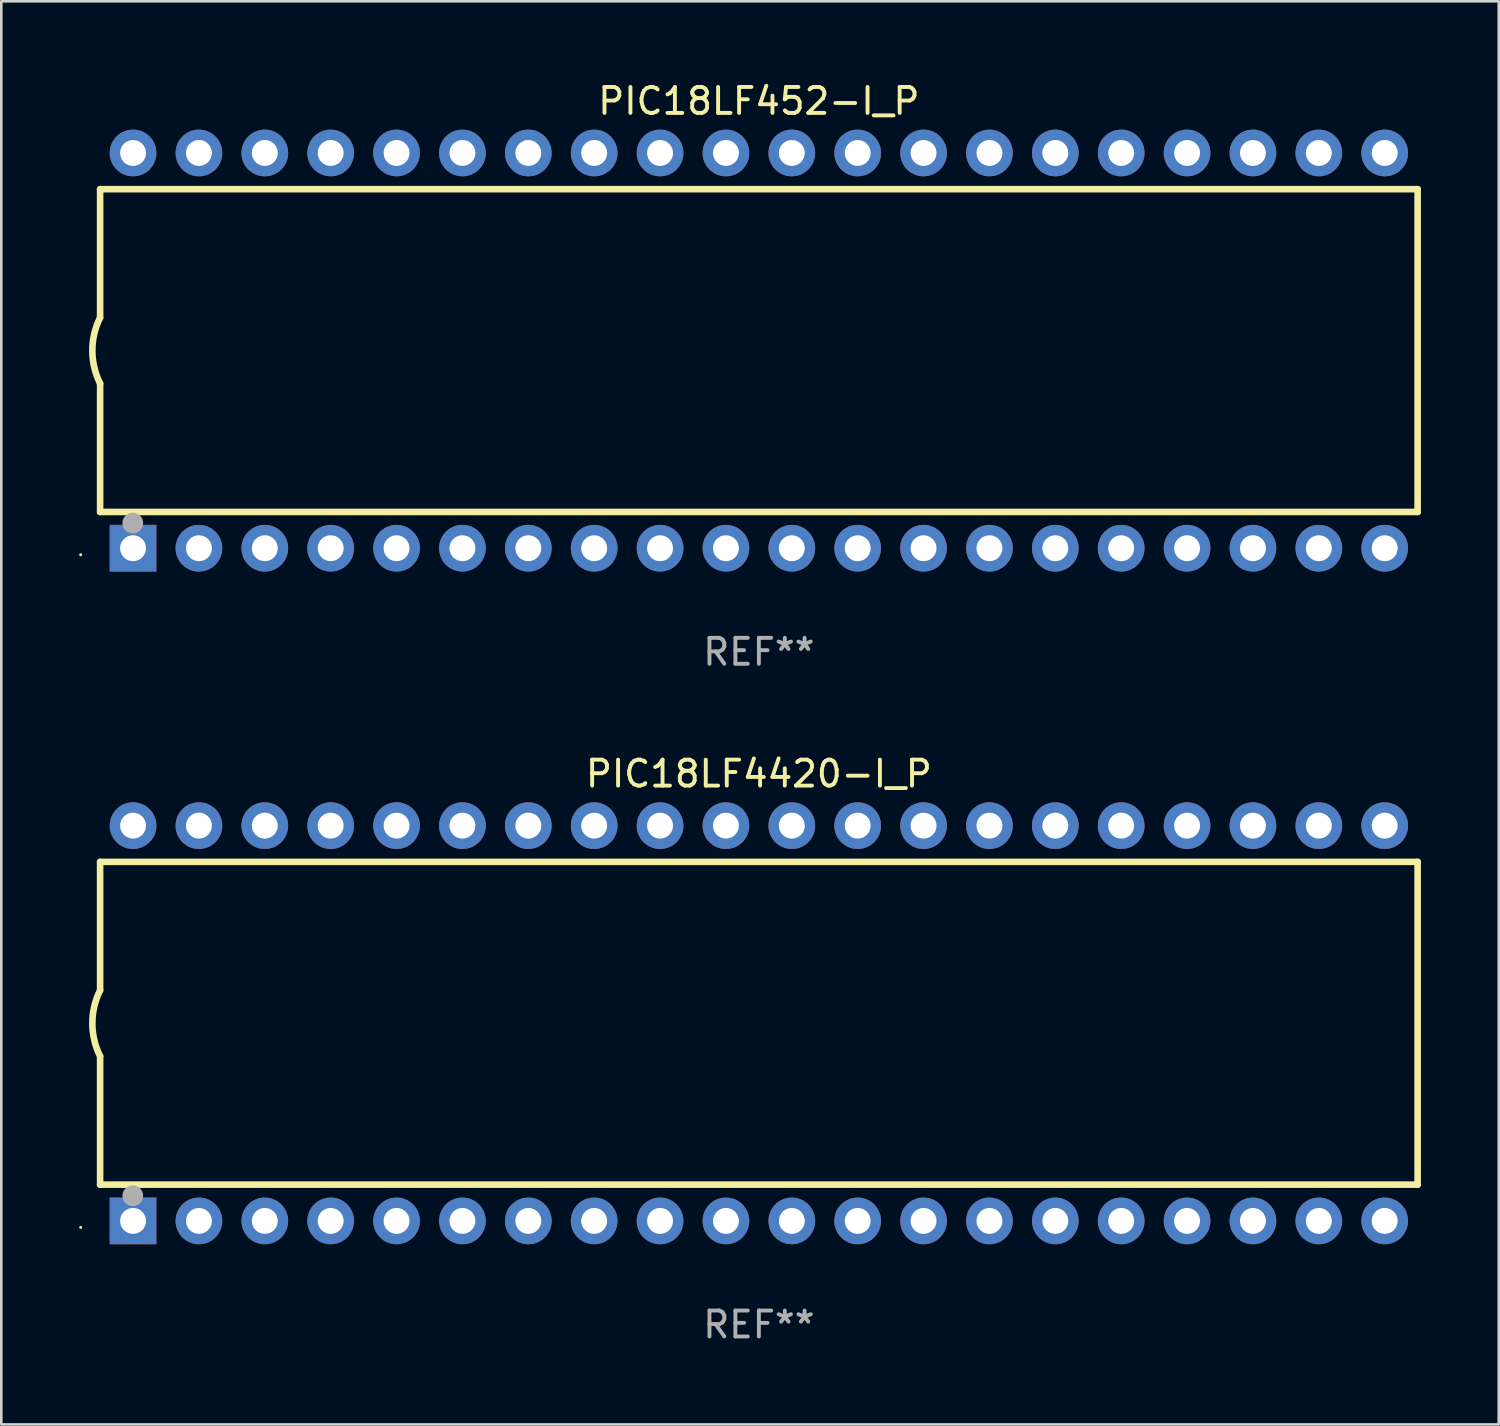
<source format=kicad_pcb>
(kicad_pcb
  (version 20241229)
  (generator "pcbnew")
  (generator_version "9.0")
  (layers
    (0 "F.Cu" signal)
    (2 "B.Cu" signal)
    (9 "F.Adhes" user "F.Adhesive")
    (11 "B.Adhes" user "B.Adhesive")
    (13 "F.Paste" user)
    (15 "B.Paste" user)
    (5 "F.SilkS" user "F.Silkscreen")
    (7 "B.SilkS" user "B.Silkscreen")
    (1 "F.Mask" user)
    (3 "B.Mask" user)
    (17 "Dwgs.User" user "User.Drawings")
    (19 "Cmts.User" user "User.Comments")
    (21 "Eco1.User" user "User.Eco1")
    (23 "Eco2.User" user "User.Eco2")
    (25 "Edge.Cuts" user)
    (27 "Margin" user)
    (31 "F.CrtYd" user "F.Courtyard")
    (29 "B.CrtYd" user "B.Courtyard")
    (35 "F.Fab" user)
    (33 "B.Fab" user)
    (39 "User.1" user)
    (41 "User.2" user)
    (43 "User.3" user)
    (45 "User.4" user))
  (footprint "PIC18LF452-I_P"
    (layer "F.Cu")
    (at 26.21 10.468)
    (property "Reference" "PIC18LF452-I_P" (at 0 -9.62 0) (layer "F.SilkS") (effects (font (size 1 1) (thickness 0.15))))
    (attr through_hole)
    (fp_line (start -25.4 -6.224) (end -25.4 -1.271) (stroke (width 0.254) (type solid)) (layer "F.SilkS"))
    (fp_line (start -25.4 -6.224) (end 25.4 -6.224) (stroke (width 0.254) (type solid)) (layer "F.SilkS"))
    (fp_line (start -25.4 1.269) (end -25.4 6.222) (stroke (width 0.254) (type solid)) (layer "F.SilkS"))
    (fp_line (start -25.4 6.222) (end 25.4 6.222) (stroke (width 0.254) (type solid)) (layer "F.SilkS"))
    (fp_line (start 25.4 6.222) (end 25.4 -6.224) (stroke (width 0.254) (type solid)) (layer "F.SilkS"))
    (fp_arc (start -25.4 1.269241) (mid -25.699807 -0.000762) (end -25.4 -1.270765) (stroke (width 0.254001) (type solid)) (layer "F.SilkS"))
    (fp_circle (center -26.15 7.87) (end -26.12 7.87) (stroke (width 0.06) (type solid)) (fill no) (layer "F.SilkS"))
    (fp_circle (center -24.14 6.65) (end -23.94 6.65) (stroke (width 0.4) (type solid)) (fill no) (layer "F.Fab"))
    (fp_text user "REF**" (at 0 11.62 0) (layer "F.Fab") (effects (font (size 1 1) (thickness 0.15))))
    (pad "1" thru_hole rect (at -24.13 7.62 90) (size 1.8 1.8) (drill 1) (layers "*.Cu" "*.Mask"))
    (pad "2" thru_hole circle (at -21.59 7.62) (size 1.8 1.8) (drill 1) (layers "*.Cu" "*.Mask"))
    (pad "3" thru_hole circle (at -19.05 7.62) (size 1.8 1.8) (drill 1) (layers "*.Cu" "*.Mask"))
    (pad "4" thru_hole circle (at -16.51 7.62) (size 1.8 1.8) (drill 1) (layers "*.Cu" "*.Mask"))
    (pad "5" thru_hole circle (at -13.97 7.62) (size 1.8 1.8) (drill 1) (layers "*.Cu" "*.Mask"))
    (pad "6" thru_hole circle (at -11.43 7.62) (size 1.8 1.8) (drill 1) (layers "*.Cu" "*.Mask"))
    (pad "7" thru_hole circle (at -8.89 7.62) (size 1.8 1.8) (drill 1) (layers "*.Cu" "*.Mask"))
    (pad "8" thru_hole circle (at -6.35 7.62) (size 1.8 1.8) (drill 1) (layers "*.Cu" "*.Mask"))
    (pad "9" thru_hole circle (at -3.81 7.62) (size 1.8 1.8) (drill 1) (layers "*.Cu" "*.Mask"))
    (pad "10" thru_hole circle (at -1.27 7.62) (size 1.8 1.8) (drill 1) (layers "*.Cu" "*.Mask"))
    (pad "11" thru_hole circle (at 1.27 7.62) (size 1.8 1.8) (drill 1) (layers "*.Cu" "*.Mask"))
    (pad "12" thru_hole circle (at 3.81 7.62) (size 1.8 1.8) (drill 1) (layers "*.Cu" "*.Mask"))
    (pad "13" thru_hole circle (at 6.35 7.62) (size 1.8 1.8) (drill 1) (layers "*.Cu" "*.Mask"))
    (pad "14" thru_hole circle (at 8.89 7.62) (size 1.8 1.8) (drill 1) (layers "*.Cu" "*.Mask"))
    (pad "15" thru_hole circle (at 11.43 7.62) (size 1.8 1.8) (drill 1) (layers "*.Cu" "*.Mask"))
    (pad "16" thru_hole circle (at 13.97 7.62) (size 1.8 1.8) (drill 1) (layers "*.Cu" "*.Mask"))
    (pad "17" thru_hole circle (at 16.51 7.62) (size 1.8 1.8) (drill 1) (layers "*.Cu" "*.Mask"))
    (pad "18" thru_hole circle (at 19.05 7.62) (size 1.8 1.8) (drill 1) (layers "*.Cu" "*.Mask"))
    (pad "19" thru_hole circle (at 21.59 7.62) (size 1.8 1.8) (drill 1) (layers "*.Cu" "*.Mask"))
    (pad "20" thru_hole circle (at 24.13 7.62) (size 1.8 1.8) (drill 1) (layers "*.Cu" "*.Mask"))
    (pad "21" thru_hole circle (at 24.13 -7.62) (size 1.8 1.8) (drill 1) (layers "*.Cu" "*.Mask"))
    (pad "22" thru_hole circle (at 21.59 -7.62) (size 1.8 1.8) (drill 1) (layers "*.Cu" "*.Mask"))
    (pad "23" thru_hole circle (at 19.05 -7.62) (size 1.8 1.8) (drill 1) (layers "*.Cu" "*.Mask"))
    (pad "24" thru_hole circle (at 16.51 -7.62) (size 1.8 1.8) (drill 1) (layers "*.Cu" "*.Mask"))
    (pad "25" thru_hole circle (at 13.97 -7.62) (size 1.8 1.8) (drill 1) (layers "*.Cu" "*.Mask"))
    (pad "26" thru_hole circle (at 11.43 -7.62) (size 1.8 1.8) (drill 1) (layers "*.Cu" "*.Mask"))
    (pad "27" thru_hole circle (at 8.89 -7.62) (size 1.8 1.8) (drill 1) (layers "*.Cu" "*.Mask"))
    (pad "28" thru_hole circle (at 6.35 -7.62) (size 1.8 1.8) (drill 1) (layers "*.Cu" "*.Mask"))
    (pad "29" thru_hole circle (at 3.81 -7.62) (size 1.8 1.8) (drill 1) (layers "*.Cu" "*.Mask"))
    (pad "30" thru_hole circle (at 1.27 -7.62) (size 1.8 1.8) (drill 1) (layers "*.Cu" "*.Mask"))
    (pad "31" thru_hole circle (at -1.27 -7.62) (size 1.8 1.8) (drill 1) (layers "*.Cu" "*.Mask"))
    (pad "32" thru_hole circle (at -3.81 -7.62) (size 1.8 1.8) (drill 1) (layers "*.Cu" "*.Mask"))
    (pad "33" thru_hole circle (at -6.35 -7.62) (size 1.8 1.8) (drill 1) (layers "*.Cu" "*.Mask"))
    (pad "34" thru_hole circle (at -8.89 -7.62) (size 1.8 1.8) (drill 1) (layers "*.Cu" "*.Mask"))
    (pad "35" thru_hole circle (at -11.43 -7.62) (size 1.8 1.8) (drill 1) (layers "*.Cu" "*.Mask"))
    (pad "36" thru_hole circle (at -13.97 -7.62) (size 1.8 1.8) (drill 1) (layers "*.Cu" "*.Mask"))
    (pad "37" thru_hole circle (at -16.51 -7.62) (size 1.8 1.8) (drill 1) (layers "*.Cu" "*.Mask"))
    (pad "38" thru_hole circle (at -19.05 -7.62) (size 1.8 1.8) (drill 1) (layers "*.Cu" "*.Mask"))
    (pad "39" thru_hole circle (at -21.59 -7.62) (size 1.8 1.8) (drill 1) (layers "*.Cu" "*.Mask"))
    (pad "40" thru_hole circle (at -24.13 -7.62) (size 1.8 1.8) (drill 1) (layers "*.Cu" "*.Mask")))
  (footprint "PIC18LF4420-I_P"
    (layer "F.Cu")
    (at 26.21 36.405)
    (property "Reference" "PIC18LF4420-I_P" (at 0 -9.62 0) (layer "F.SilkS") (effects (font (size 1 1) (thickness 0.15))))
    (attr through_hole)
    (fp_line (start -25.4 -6.224) (end -25.4 -1.271) (stroke (width 0.254) (type solid)) (layer "F.SilkS"))
    (fp_line (start -25.4 -6.224) (end 25.4 -6.224) (stroke (width 0.254) (type solid)) (layer "F.SilkS"))
    (fp_line (start -25.4 1.269) (end -25.4 6.222) (stroke (width 0.254) (type solid)) (layer "F.SilkS"))
    (fp_line (start -25.4 6.222) (end 25.4 6.222) (stroke (width 0.254) (type solid)) (layer "F.SilkS"))
    (fp_line (start 25.4 6.222) (end 25.4 -6.224) (stroke (width 0.254) (type solid)) (layer "F.SilkS"))
    (fp_arc (start -25.4 1.269241) (mid -25.699807 -0.000762) (end -25.4 -1.270765) (stroke (width 0.254001) (type solid)) (layer "F.SilkS"))
    (fp_circle (center -26.15 7.87) (end -26.12 7.87) (stroke (width 0.06) (type solid)) (fill no) (layer "F.SilkS"))
    (fp_circle (center -24.14 6.65) (end -23.94 6.65) (stroke (width 0.4) (type solid)) (fill no) (layer "F.Fab"))
    (fp_text user "REF**" (at 0 11.62 0) (layer "F.Fab") (effects (font (size 1 1) (thickness 0.15))))
    (pad "1" thru_hole rect (at -24.13 7.62 90) (size 1.8 1.8) (drill 1) (layers "*.Cu" "*.Mask"))
    (pad "2" thru_hole circle (at -21.59 7.62) (size 1.8 1.8) (drill 1) (layers "*.Cu" "*.Mask"))
    (pad "3" thru_hole circle (at -19.05 7.62) (size 1.8 1.8) (drill 1) (layers "*.Cu" "*.Mask"))
    (pad "4" thru_hole circle (at -16.51 7.62) (size 1.8 1.8) (drill 1) (layers "*.Cu" "*.Mask"))
    (pad "5" thru_hole circle (at -13.97 7.62) (size 1.8 1.8) (drill 1) (layers "*.Cu" "*.Mask"))
    (pad "6" thru_hole circle (at -11.43 7.62) (size 1.8 1.8) (drill 1) (layers "*.Cu" "*.Mask"))
    (pad "7" thru_hole circle (at -8.89 7.62) (size 1.8 1.8) (drill 1) (layers "*.Cu" "*.Mask"))
    (pad "8" thru_hole circle (at -6.35 7.62) (size 1.8 1.8) (drill 1) (layers "*.Cu" "*.Mask"))
    (pad "9" thru_hole circle (at -3.81 7.62) (size 1.8 1.8) (drill 1) (layers "*.Cu" "*.Mask"))
    (pad "10" thru_hole circle (at -1.27 7.62) (size 1.8 1.8) (drill 1) (layers "*.Cu" "*.Mask"))
    (pad "11" thru_hole circle (at 1.27 7.62) (size 1.8 1.8) (drill 1) (layers "*.Cu" "*.Mask"))
    (pad "12" thru_hole circle (at 3.81 7.62) (size 1.8 1.8) (drill 1) (layers "*.Cu" "*.Mask"))
    (pad "13" thru_hole circle (at 6.35 7.62) (size 1.8 1.8) (drill 1) (layers "*.Cu" "*.Mask"))
    (pad "14" thru_hole circle (at 8.89 7.62) (size 1.8 1.8) (drill 1) (layers "*.Cu" "*.Mask"))
    (pad "15" thru_hole circle (at 11.43 7.62) (size 1.8 1.8) (drill 1) (layers "*.Cu" "*.Mask"))
    (pad "16" thru_hole circle (at 13.97 7.62) (size 1.8 1.8) (drill 1) (layers "*.Cu" "*.Mask"))
    (pad "17" thru_hole circle (at 16.51 7.62) (size 1.8 1.8) (drill 1) (layers "*.Cu" "*.Mask"))
    (pad "18" thru_hole circle (at 19.05 7.62) (size 1.8 1.8) (drill 1) (layers "*.Cu" "*.Mask"))
    (pad "19" thru_hole circle (at 21.59 7.62) (size 1.8 1.8) (drill 1) (layers "*.Cu" "*.Mask"))
    (pad "20" thru_hole circle (at 24.13 7.62) (size 1.8 1.8) (drill 1) (layers "*.Cu" "*.Mask"))
    (pad "21" thru_hole circle (at 24.13 -7.62) (size 1.8 1.8) (drill 1) (layers "*.Cu" "*.Mask"))
    (pad "22" thru_hole circle (at 21.59 -7.62) (size 1.8 1.8) (drill 1) (layers "*.Cu" "*.Mask"))
    (pad "23" thru_hole circle (at 19.05 -7.62) (size 1.8 1.8) (drill 1) (layers "*.Cu" "*.Mask"))
    (pad "24" thru_hole circle (at 16.51 -7.62) (size 1.8 1.8) (drill 1) (layers "*.Cu" "*.Mask"))
    (pad "25" thru_hole circle (at 13.97 -7.62) (size 1.8 1.8) (drill 1) (layers "*.Cu" "*.Mask"))
    (pad "26" thru_hole circle (at 11.43 -7.62) (size 1.8 1.8) (drill 1) (layers "*.Cu" "*.Mask"))
    (pad "27" thru_hole circle (at 8.89 -7.62) (size 1.8 1.8) (drill 1) (layers "*.Cu" "*.Mask"))
    (pad "28" thru_hole circle (at 6.35 -7.62) (size 1.8 1.8) (drill 1) (layers "*.Cu" "*.Mask"))
    (pad "29" thru_hole circle (at 3.81 -7.62) (size 1.8 1.8) (drill 1) (layers "*.Cu" "*.Mask"))
    (pad "30" thru_hole circle (at 1.27 -7.62) (size 1.8 1.8) (drill 1) (layers "*.Cu" "*.Mask"))
    (pad "31" thru_hole circle (at -1.27 -7.62) (size 1.8 1.8) (drill 1) (layers "*.Cu" "*.Mask"))
    (pad "32" thru_hole circle (at -3.81 -7.62) (size 1.8 1.8) (drill 1) (layers "*.Cu" "*.Mask"))
    (pad "33" thru_hole circle (at -6.35 -7.62) (size 1.8 1.8) (drill 1) (layers "*.Cu" "*.Mask"))
    (pad "34" thru_hole circle (at -8.89 -7.62) (size 1.8 1.8) (drill 1) (layers "*.Cu" "*.Mask"))
    (pad "35" thru_hole circle (at -11.43 -7.62) (size 1.8 1.8) (drill 1) (layers "*.Cu" "*.Mask"))
    (pad "36" thru_hole circle (at -13.97 -7.62) (size 1.8 1.8) (drill 1) (layers "*.Cu" "*.Mask"))
    (pad "37" thru_hole circle (at -16.51 -7.62) (size 1.8 1.8) (drill 1) (layers "*.Cu" "*.Mask"))
    (pad "38" thru_hole circle (at -19.05 -7.62) (size 1.8 1.8) (drill 1) (layers "*.Cu" "*.Mask"))
    (pad "39" thru_hole circle (at -21.59 -7.62) (size 1.8 1.8) (drill 1) (layers "*.Cu" "*.Mask"))
    (pad "40" thru_hole circle (at -24.13 -7.62) (size 1.8 1.8) (drill 1) (layers "*.Cu" "*.Mask")))
  (gr_rect
    (start -3 -3)
    (end 54.737 51.873)
    (stroke (width 0.1) (type default))
    (fill no)
    (layer "Edge.Cuts")))
</source>
